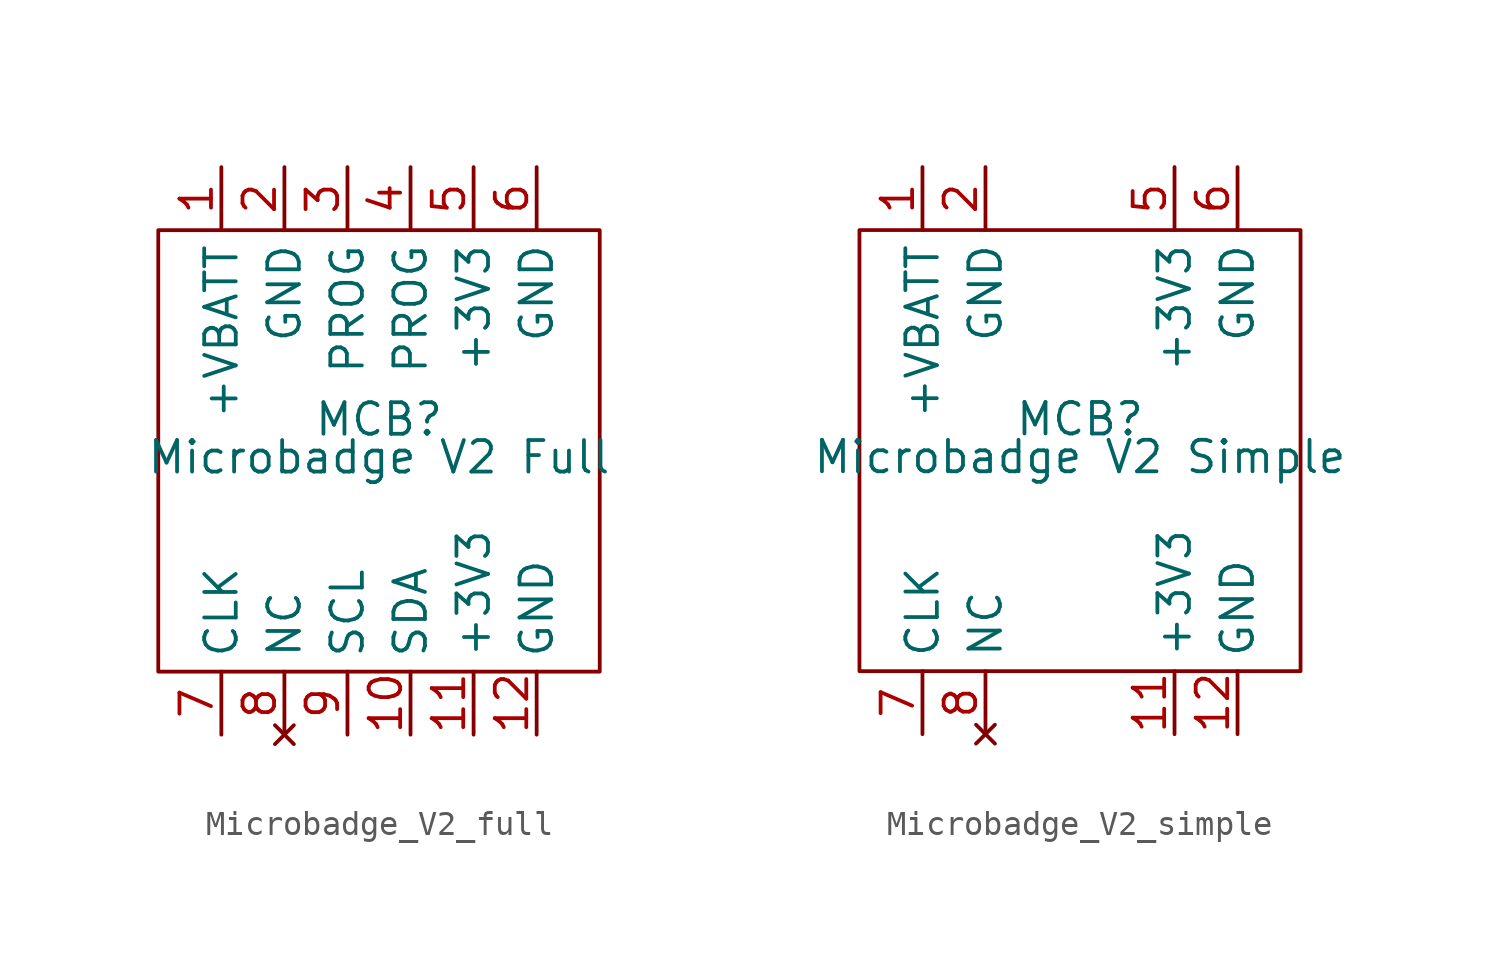
<source format=kicad_sym>
(kicad_symbol_lib
  (version 20241209)
  (generator "kicad_symbol_editor")
  (generator_version "9.0")
  (symbol "Microbadge_V2_full"
    (property "Reference" "MCB"
      (at 0 1.27 0)
      (effects (font (size 1.27 1.27))))
    (property "Value" "Microbadge V2 Full"
      (at 0 -0.254 0)
      (effects (font (size 1.27 1.27))))
    (symbol "Microbadge_V2_full_0_1"
      (rectangle (start -8.89 8.89) (end 8.89 -8.89) (stroke (width 0) (type default)) (fill (type none))))
    (symbol "Microbadge_V2_full_1_1"
      (pin power_in line (at -6.35 11.43 270) (length 2.54) (name "+VBATT" (effects (font (size 1.27 1.27)))) (number "1" (effects (font (size 1.27 1.27)))))
      (pin bidirectional line (at -6.35 -11.43 90) (length 2.54) (name "CLK" (effects (font (size 1.27 1.27)))) (number "7" (effects (font (size 1.27 1.27)))))
      (pin power_out line (at -3.81 11.43 270) (length 2.54) (name "GND" (effects (font (size 1.27 1.27)))) (number "2" (effects (font (size 1.27 1.27)))))
      (pin no_connect line (at -3.81 -11.43 90) (length 2.54) (name "NC" (effects (font (size 1.27 1.27)))) (number "8" (effects (font (size 1.27 1.27)))))
      (pin bidirectional line (at -1.27 11.43 270) (length 2.54) (name "PROG" (effects (font (size 1.27 1.27)))) (number "3" (effects (font (size 1.27 1.27)))))
      (pin bidirectional line (at -1.27 -11.43 90) (length 2.54) (name "SCL" (effects (font (size 1.27 1.27)))) (number "9" (effects (font (size 1.27 1.27)))))
      (pin bidirectional line (at 1.27 11.43 270) (length 2.54) (name "PROG" (effects (font (size 1.27 1.27)))) (number "4" (effects (font (size 1.27 1.27)))))
      (pin bidirectional line (at 1.27 -11.43 90) (length 2.54) (name "SDA" (effects (font (size 1.27 1.27)))) (number "10" (effects (font (size 1.27 1.27)))))
      (pin power_in line (at 3.81 11.43 270) (length 2.54) (name "+3V3" (effects (font (size 1.27 1.27)))) (number "5" (effects (font (size 1.27 1.27)))))
      (pin power_in line (at 3.81 -11.43 90) (length 2.54) (name "+3V3" (effects (font (size 1.27 1.27)))) (number "11" (effects (font (size 1.27 1.27)))))
      (pin power_out line (at 6.35 11.43 270) (length 2.54) (name "GND" (effects (font (size 1.27 1.27)))) (number "6" (effects (font (size 1.27 1.27)))))
      (pin power_out line (at 6.35 -11.43 90) (length 2.54) (name "GND" (effects (font (size 1.27 1.27)))) (number "12" (effects (font (size 1.27 1.27)))))))
  (symbol "Microbadge_V2_simple"
    (property "Reference" "MCB"
      (at 0 1.27 0)
      (effects (font (size 1.27 1.27))))
    (property "Value" "Microbadge V2 Simple"
      (at 0 -0.254 0)
      (effects (font (size 1.27 1.27))))
    (symbol "Microbadge_V2_simple_0_1"
      (rectangle (start -8.89 8.89) (end 8.89 -8.89) (stroke (width 0) (type default)) (fill (type none))))
    (symbol "Microbadge_V2_simple_1_1"
      (pin power_in line (at -6.35 11.43 270) (length 2.54) (name "+VBATT" (effects (font (size 1.27 1.27)))) (number "1" (effects (font (size 1.27 1.27)))))
      (pin bidirectional line (at -6.35 -11.43 90) (length 2.54) (name "CLK" (effects (font (size 1.27 1.27)))) (number "7" (effects (font (size 1.27 1.27)))))
      (pin power_out line (at -3.81 11.43 270) (length 2.54) (name "GND" (effects (font (size 1.27 1.27)))) (number "2" (effects (font (size 1.27 1.27)))))
      (pin no_connect line (at -3.81 -11.43 90) (length 2.54) (name "NC" (effects (font (size 1.27 1.27)))) (number "8" (effects (font (size 1.27 1.27)))))
      (pin power_in line (at 3.81 11.43 270) (length 2.54) (name "+3V3" (effects (font (size 1.27 1.27)))) (number "5" (effects (font (size 1.27 1.27)))))
      (pin power_in line (at 3.81 -11.43 90) (length 2.54) (name "+3V3" (effects (font (size 1.27 1.27)))) (number "11" (effects (font (size 1.27 1.27)))))
      (pin power_out line (at 6.35 11.43 270) (length 2.54) (name "GND" (effects (font (size 1.27 1.27)))) (number "6" (effects (font (size 1.27 1.27)))))
      (pin power_out line (at 6.35 -11.43 90) (length 2.54) (name "GND" (effects (font (size 1.27 1.27)))) (number "12" (effects (font (size 1.27 1.27))))))))
</source>
